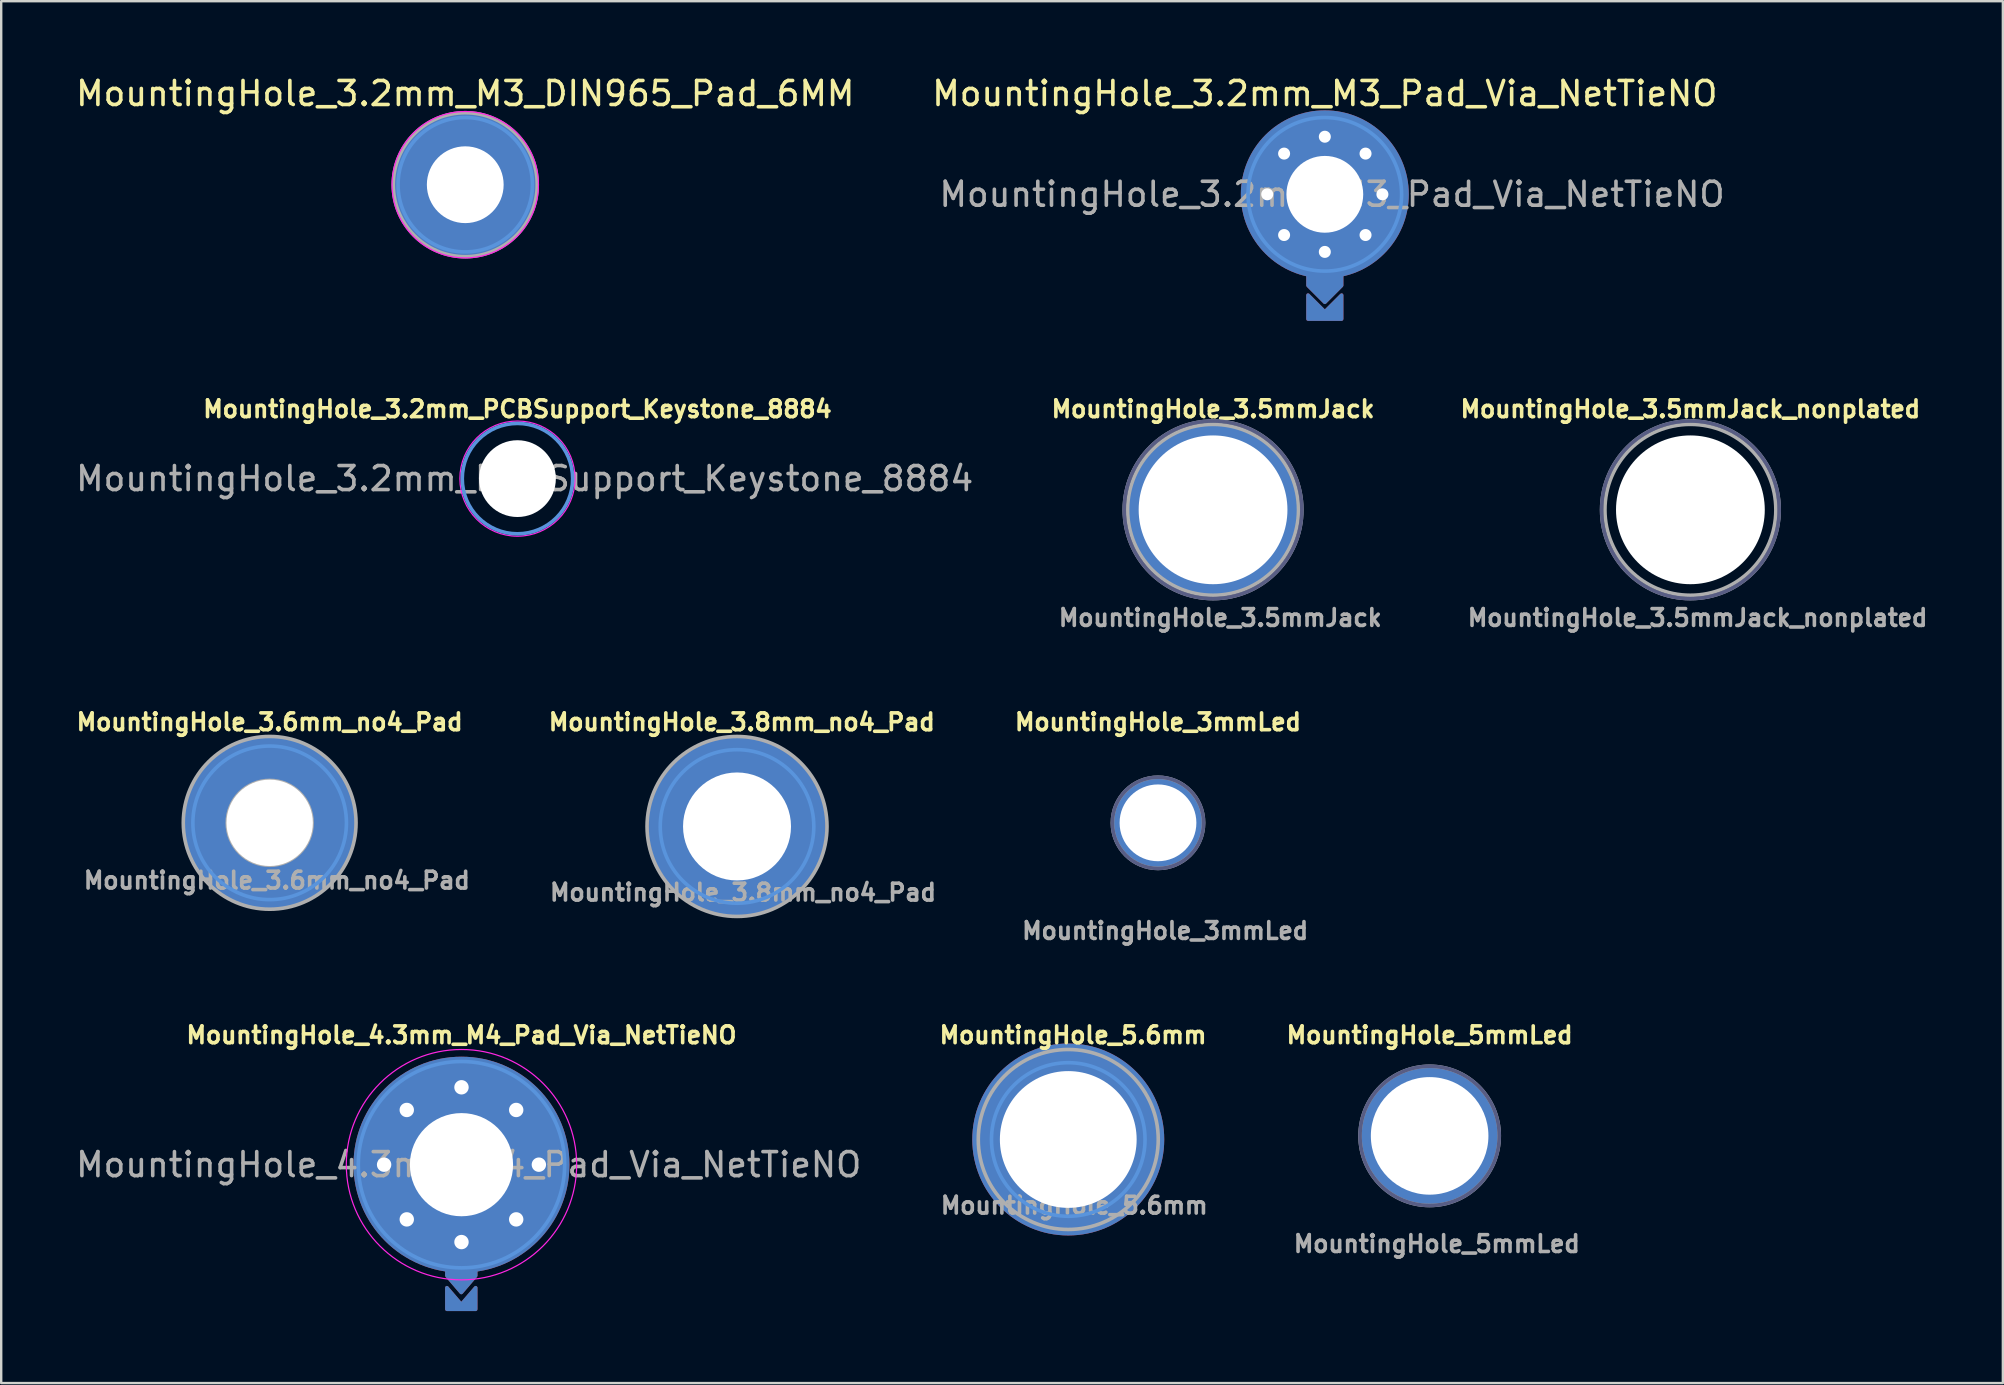
<source format=kicad_pcb>
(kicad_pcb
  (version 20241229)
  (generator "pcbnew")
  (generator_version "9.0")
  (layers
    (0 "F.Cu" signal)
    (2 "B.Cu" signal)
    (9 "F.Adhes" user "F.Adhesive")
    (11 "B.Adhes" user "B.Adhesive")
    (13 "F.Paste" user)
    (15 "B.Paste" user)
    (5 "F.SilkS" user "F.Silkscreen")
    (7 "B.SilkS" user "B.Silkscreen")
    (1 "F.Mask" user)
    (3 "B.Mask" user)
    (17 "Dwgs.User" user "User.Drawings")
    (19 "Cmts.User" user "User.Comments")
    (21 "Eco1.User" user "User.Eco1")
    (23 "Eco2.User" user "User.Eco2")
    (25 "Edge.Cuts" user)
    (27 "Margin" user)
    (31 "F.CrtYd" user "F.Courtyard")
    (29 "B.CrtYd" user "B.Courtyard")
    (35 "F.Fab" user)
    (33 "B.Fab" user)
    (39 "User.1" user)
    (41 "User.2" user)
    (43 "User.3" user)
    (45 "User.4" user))
  (footprint "MountingHole_3.8mm_no4_Pad"
    (layer "F.Cu")
    (at 27.665 31.392)
    (property "Reference" "MountingHole_3.8mm_no4_Pad" (at 0.2 -4.35 0) (layer "F.SilkS") (effects (font (size 0.7 0.7) (thickness 0.15))))
    (attr exclude_from_pos_files exclude_from_bom)
    (fp_circle (center 0 0) (end 3.2 0) (stroke (width 0.15) (type solid)) (fill no) (layer "Cmts.User"))
    (fp_line (start -1 0) (end 1 0) (stroke (width 0.15) (type solid)) (layer "F.Fab"))
    (fp_line (start 0 -1) (end 0 1) (stroke (width 0.15) (type solid)) (layer "F.Fab"))
    (fp_circle (center 0 0) (end 1.9 0) (stroke (width 0.15) (type solid)) (fill no) (layer "F.Fab"))
    (fp_circle (center 0 0) (end 3.75 0) (stroke (width 0.15) (type solid)) (fill no) (layer "F.Fab"))
    (fp_text user "${REFERENCE}" (at 0.25 2.75 0) (layer "F.Fab") (effects (font (size 0.7 0.7) (thickness 0.15))))
    (pad "1" thru_hole circle (at 0 0) (size 7.4 7.4) (drill 4.5) (layers "*.Cu" "*.Mask")))
  (footprint "MountingHole_3.2mm_M3_Pad_Via_NetTieNO"
    (layer "F.Cu")
    (at 52.161 5.048)
    (property "Reference" "MountingHole_3.2mm_M3_Pad_Via_NetTieNO" (at 0 -4.2 0) (layer "F.SilkS") (effects (font (size 1 1) (thickness 0.15))))
    (attr exclude_from_pos_files exclude_from_bom)
    (fp_circle (center 0 0) (end 3.2 0) (stroke (width 0.15) (type solid)) (fill no) (layer "Cmts.User"))
    (fp_text user "${REFERENCE}" (at 0.3 0 0) (layer "F.Fab") (effects (font (size 1 1) (thickness 0.15))))
    (pad "1" thru_hole circle (at -2.4 0) (size 0.8 0.8) (drill 0.5) (layers "*.Cu" "*.Mask"))
    (pad "1" thru_hole circle (at -1.697 -1.697) (size 0.8 0.8) (drill 0.5) (layers "*.Cu" "*.Mask"))
    (pad "1" thru_hole circle (at -1.697 1.697) (size 0.8 0.8) (drill 0.5) (layers "*.Cu" "*.Mask"))
    (pad "1" thru_hole circle (at 0 -2.4) (size 0.8 0.8) (drill 0.5) (layers "*.Cu" "*.Mask"))
    (pad "1" thru_hole circle (at 0 0) (size 7 7) (drill 3.2) (layers "*.Cu" "*.Mask"))
    (pad "1" thru_hole circle (at 0 2.4) (size 0.8 0.8) (drill 0.5) (layers "*.Cu" "*.Mask"))
    (pad "1" smd custom (at 0.086 3.886) (size 0.2 0.2) (layers "F.Cu" "F.Mask" "F.Paste") (options (anchor circle)) (primitives (gr_poly (pts (xy -0.786 -0.786) (xy 0.614 -0.786) (xy 0.614 -0.086) (xy -0.086 0.614) (xy -0.786 -0.086)) (width 0.15) (fill yes))))
    (pad "1" smd custom (at 0.086 3.886) (size 0.2 0.2) (layers "B.Cu" "B.Mask" "B.Paste") (options (anchor circle)) (primitives (gr_poly (pts (xy -0.786 -0.786) (xy 0.614 -0.786) (xy 0.614 -0.086) (xy -0.086 0.614) (xy -0.786 -0.086)) (width 0.15) (fill yes))))
    (pad "1" thru_hole circle (at 1.697 -1.697) (size 0.8 0.8) (drill 0.5) (layers "*.Cu" "*.Mask"))
    (pad "1" thru_hole circle (at 1.697 1.697) (size 0.8 0.8) (drill 0.5) (layers "*.Cu" "*.Mask"))
    (pad "1" thru_hole circle (at 2.4 0) (size 0.8 0.8) (drill 0.5) (layers "*.Cu" "*.Mask"))
    (pad "2" smd custom (at 0 5.019) (size 0.2 0.2) (layers "F.Cu" "F.Mask" "F.Paste") (options (anchor circle)) (primitives (gr_poly (pts (xy 0.7 -0.819) (xy 0.7 0.181) (xy -0.7 0.181) (xy -0.7 -0.819) (xy 0 -0.119)) (width 0.15) (fill yes))))
    (pad "2" smd custom (at 0 5.019) (size 0.2 0.2) (layers "B.Cu" "B.Mask" "B.Paste") (options (anchor circle)) (primitives (gr_poly (pts (xy 0.7 -0.819) (xy 0.7 0.181) (xy -0.7 0.181) (xy -0.7 -0.819) (xy 0 -0.119)) (width 0.15) (fill yes)))))
  (footprint "MountingHole_3.5mmJack"
    (layer "F.Cu")
    (at 47.503 18.196)
    (property "Reference" "MountingHole_3.5mmJack" (at 0 -4.2 0) (layer "F.SilkS") (effects (font (size 0.7 0.7) (thickness 0.15))))
    (attr exclude_from_pos_files exclude_from_bom)
    (fp_circle (center 0 0) (end 3.7 0) (stroke (width 0.15) (type solid)) (fill no) (layer "B.Fab"))
    (fp_line (start -1 0) (end 1 0) (stroke (width 0.15) (type solid)) (layer "F.Fab"))
    (fp_line (start 0 -1) (end 0 1) (stroke (width 0.15) (type solid)) (layer "F.Fab"))
    (fp_circle (center 0 0) (end 2.2 -2.8) (stroke (width 0.15) (type solid)) (fill no) (layer "F.Fab"))
    (fp_circle (center 0 0) (end 3.7 0) (stroke (width 0.15) (type solid)) (fill no) (layer "F.Fab"))
    (fp_text user "${REFERENCE}" (at 0.3 4.5 0) (layer "F.Fab") (effects (font (size 0.7 0.7) (thickness 0.15))))
    (pad "1" thru_hole circle (at 0 0) (size 7.2 7.2) (drill 6.2) (layers "*.Cu" "*.Mask")))
  (footprint "MountingHole_3mmLed"
    (layer "F.Cu")
    (at 45.208 31.241)
    (property "Reference" "MountingHole_3mmLed" (at 0 -4.2 0) (layer "F.SilkS") (effects (font (size 0.7 0.7) (thickness 0.15))))
    (attr exclude_from_pos_files exclude_from_bom)
    (fp_circle (center 0 0) (end 1.9 0) (stroke (width 0.15) (type solid)) (fill no) (layer "B.Fab"))
    (fp_line (start -1 0) (end 1 0) (stroke (width 0.15) (type solid)) (layer "F.Fab"))
    (fp_line (start 0 -1) (end 0 1) (stroke (width 0.15) (type solid)) (layer "F.Fab"))
    (fp_circle (center 0 0) (end 1.9 0) (stroke (width 0.15) (type solid)) (fill no) (layer "F.Fab"))
    (fp_text user "${REFERENCE}" (at 0.3 4.5 0) (layer "F.Fab") (effects (font (size 0.7 0.7) (thickness 0.15))))
    (pad "1" thru_hole circle (at 0 0) (size 3.8 3.8) (drill 3.2) (layers "*.Cu" "*.Mask")))
  (footprint "MountingHole_5mmLed"
    (layer "F.Cu")
    (at 56.529 44.287)
    (property "Reference" "MountingHole_5mmLed" (at 0 -4.2 0) (layer "F.SilkS") (effects (font (size 0.7 0.7) (thickness 0.15))))
    (attr exclude_from_pos_files exclude_from_bom)
    (fp_circle (center 0 0) (end 2.9 0) (stroke (width 0.15) (type solid)) (fill no) (layer "B.Fab"))
    (fp_line (start -1 0) (end 1 0) (stroke (width 0.15) (type solid)) (layer "F.Fab"))
    (fp_line (start 0 -1) (end 0 1) (stroke (width 0.15) (type solid)) (layer "F.Fab"))
    (fp_circle (center 0 0) (end 2.9 0.1) (stroke (width 0.15) (type solid)) (fill no) (layer "F.Fab"))
    (fp_text user "${REFERENCE}" (at 0.3 4.5 0) (layer "F.Fab") (effects (font (size 0.7 0.7) (thickness 0.15))))
    (pad "1" thru_hole circle (at 0 0) (size 5.8 5.8) (drill 4.9) (layers "*.Cu" "*.Mask")))
  (footprint "MountingHole_3.2mm_PCBSupport_Keystone_8884"
    (layer "F.Cu")
    (at 18.515 16.896)
    (property "Reference" "MountingHole_3.2mm_PCBSupport_Keystone_8884" (at 0 -2.9 0) (layer "F.SilkS") (effects (font (size 0.7 0.7) (thickness 0.15))))
    (attr exclude_from_pos_files exclude_from_bom)
    (fp_circle (center 0 0) (end 2.3 0) (stroke (width 0.15) (type solid)) (fill no) (layer "Cmts.User"))
    (fp_circle (center 0 0) (end 2.4 0) (stroke (width 0.05) (type solid)) (fill no) (layer "F.CrtYd"))
    (fp_text user "${REFERENCE}" (at 0.3 0 0) (layer "F.Fab") (effects (font (size 1 1) (thickness 0.15))))
    (pad "" np_thru_hole circle (at 0 0) (size 3.2 3.2) (drill 3.2) (layers "*.Cu" "*.Mask")))
  (footprint "MountingHole_3.5mmJack_nonplated"
    (layer "F.Cu")
    (at 67.396 18.196)
    (property "Reference" "MountingHole_3.5mmJack_nonplated" (at 0 -4.2 0) (layer "F.SilkS") (effects (font (size 0.7 0.7) (thickness 0.15))))
    (attr exclude_from_pos_files exclude_from_bom)
    (fp_circle (center 0 0) (end 3.7 0) (stroke (width 0.15) (type solid)) (fill no) (layer "B.Fab"))
    (fp_line (start -1 0) (end 1 0) (stroke (width 0.15) (type solid)) (layer "F.Fab"))
    (fp_line (start 0 -1) (end 0 1) (stroke (width 0.15) (type solid)) (layer "F.Fab"))
    (fp_circle (center 0 0) (end 2.2 -2.8) (stroke (width 0.15) (type solid)) (fill no) (layer "F.Fab"))
    (fp_circle (center 0 0) (end 3.7 0) (stroke (width 0.15) (type solid)) (fill no) (layer "F.Fab"))
    (fp_text user "${REFERENCE}" (at 0.3 4.5 0) (layer "F.Fab") (effects (font (size 0.7 0.7) (thickness 0.15))))
    (pad "" np_thru_hole circle (at 0 0) (size 6.2 6.2) (drill 6.2) (layers "*.Cu" "*.Mask")))
  (footprint "MountingHole_5.6mm"
    (layer "F.Cu")
    (at 41.469 44.437)
    (property "Reference" "MountingHole_5.6mm" (at 0.2 -4.35 0) (layer "F.SilkS") (effects (font (size 0.7 0.7) (thickness 0.15))))
    (attr exclude_from_pos_files exclude_from_bom)
    (fp_circle (center 0 0) (end 3.2 0) (stroke (width 0.15) (type solid)) (fill no) (layer "Cmts.User"))
    (fp_line (start -1 0) (end 1 0) (stroke (width 0.15) (type solid)) (layer "F.Fab"))
    (fp_line (start 0 -1) (end 0 1) (stroke (width 0.15) (type solid)) (layer "F.Fab"))
    (fp_circle (center 0 0) (end 1.9 0) (stroke (width 0.15) (type solid)) (fill no) (layer "F.Fab"))
    (fp_circle (center 0 0) (end 3.75 0) (stroke (width 0.15) (type solid)) (fill no) (layer "F.Fab"))
    (fp_text user "${REFERENCE}" (at 0.25 2.75 0) (layer "F.Fab") (effects (font (size 0.7 0.7) (thickness 0.15))))
    (pad "1" thru_hole circle (at 0 0) (size 8 8) (drill 5.7) (layers "*.Cu" "*.Mask")))
  (footprint "MountingHole_4.3mm_M4_Pad_Via_NetTieNO"
    (layer "F.Cu")
    (at 16.182 45.487)
    (property "Reference" "MountingHole_4.3mm_M4_Pad_Via_NetTieNO" (at 0 -5.4 0) (layer "F.SilkS") (effects (font (size 0.7 0.7) (thickness 0.15))))
    (attr exclude_from_pos_files exclude_from_bom)
    (fp_circle (center 0 0) (end 4.3 0) (stroke (width 0.15) (type solid)) (fill no) (layer "Cmts.User"))
    (fp_circle (center 0 0) (end 4.8 0) (stroke (width 0.05) (type solid)) (fill no) (layer "F.CrtYd"))
    (fp_text user "${REFERENCE}" (at 0.3 0 0) (layer "F.Fab") (effects (font (size 1 1) (thickness 0.15))))
    (pad "1" thru_hole circle (at -3.225 0) (size 0.9 0.9) (drill 0.6) (layers "*.Cu" "*.Mask"))
    (pad "1" thru_hole circle (at -2.28 -2.28) (size 0.9 0.9) (drill 0.6) (layers "*.Cu" "*.Mask"))
    (pad "1" thru_hole circle (at -2.28 2.28) (size 0.9 0.9) (drill 0.6) (layers "*.Cu" "*.Mask"))
    (pad "1" thru_hole circle (at 0 -3.225) (size 0.9 0.9) (drill 0.6) (layers "*.Cu" "*.Mask"))
    (pad "1" thru_hole circle (at 0 0) (size 9 9) (drill 4.3) (layers "*.Cu" "*.Mask"))
    (pad "1" thru_hole circle (at 0 3.225) (size 0.9 0.9) (drill 0.6) (layers "*.Cu" "*.Mask"))
    (pad "1" smd custom (at 0.067 4.597 270) (size 0.2 0.2) (layers "F.Cu" "F.Mask" "F.Paste") (options (anchor circle)) (primitives (gr_poly (pts (xy 0.031 0.675) (xy -0.569 0.675) (xy -0.569 -0.525) (xy 0.031 -0.525) (xy 0.731 0.075)) (width 0.15) (fill yes))))
    (pad "1" smd custom (at 0.067 4.597 270) (size 0.2 0.2) (layers "B.Cu" "B.Mask" "B.Paste") (options (anchor circle)) (primitives (gr_poly (pts (xy 0.031 0.675) (xy -0.569 0.675) (xy -0.569 -0.525) (xy 0.031 -0.525) (xy 0.731 0.075)) (width 0.15) (fill yes))))
    (pad "1" thru_hole circle (at 2.28 -2.28) (size 0.9 0.9) (drill 0.6) (layers "*.Cu" "*.Mask"))
    (pad "1" thru_hole circle (at 2.28 2.28) (size 0.9 0.9) (drill 0.6) (layers "*.Cu" "*.Mask"))
    (pad "1" thru_hole circle (at 3.225 0) (size 0.9 0.9) (drill 0.6) (layers "*.Cu" "*.Mask"))
    (pad "2" smd custom (at 0.176 5.869 270) (size 0.2 0.2) (layers "F.Cu" "F.Mask" "F.Paste") (options (anchor circle)) (primitives (gr_poly (pts (xy -0.042 0.184) (xy -0.742 -0.416) (xy 0.158 -0.416) (xy 0.158 0.784) (xy -0.742 0.784)) (width 0.15) (fill yes))))
    (pad "2" smd custom (at 0.176 5.869 270) (size 0.2 0.2) (layers "B.Cu" "B.Mask" "B.Paste") (options (anchor circle)) (primitives (gr_poly (pts (xy -0.042 0.184) (xy -0.742 -0.416) (xy 0.158 -0.416) (xy 0.158 0.784) (xy -0.742 0.784)) (width 0.15) (fill yes)))))
  (footprint "MountingHole_3.6mm_no4_Pad"
    (layer "F.Cu")
    (at 8.188 31.241)
    (property "Reference" "MountingHole_3.6mm_no4_Pad" (at 0 -4.2 0) (layer "F.SilkS") (effects (font (size 0.7 0.7) (thickness 0.15))))
    (attr exclude_from_pos_files exclude_from_bom)
    (fp_circle (center 0 0) (end 3.2 0) (stroke (width 0.15) (type solid)) (fill no) (layer "Cmts.User"))
    (fp_line (start -1 0) (end 1 0) (stroke (width 0.15) (type solid)) (layer "F.Fab"))
    (fp_line (start 0 -1) (end 0 1) (stroke (width 0.15) (type solid)) (layer "F.Fab"))
    (fp_circle (center 0 0) (end 1.25 -1.25) (stroke (width 0.15) (type solid)) (fill no) (layer "F.Fab"))
    (fp_circle (center 0 0) (end 3.6 0) (stroke (width 0.15) (type solid)) (fill no) (layer "F.Fab"))
    (fp_text user "${REFERENCE}" (at 0.3 2.4 0) (layer "F.Fab") (effects (font (size 0.7 0.7) (thickness 0.15))))
    (pad "1" thru_hole circle (at 0 0) (size 7.2 7.2) (drill 3.6) (layers "*.Cu" "*.Mask")))
  (footprint "MountingHole_3.2mm_M3_DIN965_Pad_6MM"
    (layer "F.Cu")
    (at 16.339 4.648)
    (property "Reference" "MountingHole_3.2mm_M3_DIN965_Pad_6MM" (at 0 -3.8 0) (layer "F.SilkS") (effects (font (size 1 1) (thickness 0.15))))
    (attr exclude_from_pos_files exclude_from_bom)
    (fp_circle (center 0 0) (end 2.8 0) (stroke (width 0.15) (type solid)) (fill no) (layer "Cmts.User"))
    (fp_circle (center 0 0) (end 3.05 0) (stroke (width 0.05) (type solid)) (fill no) (layer "F.CrtYd"))
    (fp_line (start -0.5 0) (end 0.5 0) (stroke (width 0.15) (type solid)) (layer "F.Fab"))
    (fp_line (start 0 -0.5) (end 0 0.5) (stroke (width 0.15) (type solid)) (layer "F.Fab"))
    (fp_circle (center 0 0) (end 3 0) (stroke (width 0.15) (type solid)) (fill no) (layer "F.Fab"))
    (pad "1" thru_hole circle (at 0 0) (size 6 6) (drill 3.2) (layers "*.Cu" "*.Mask")))
  (gr_rect
    (start -3 -3)
    (end 80.418 54.589)
    (stroke (width 0.1) (type default))
    (fill no)
    (layer "Edge.Cuts")))
</source>
